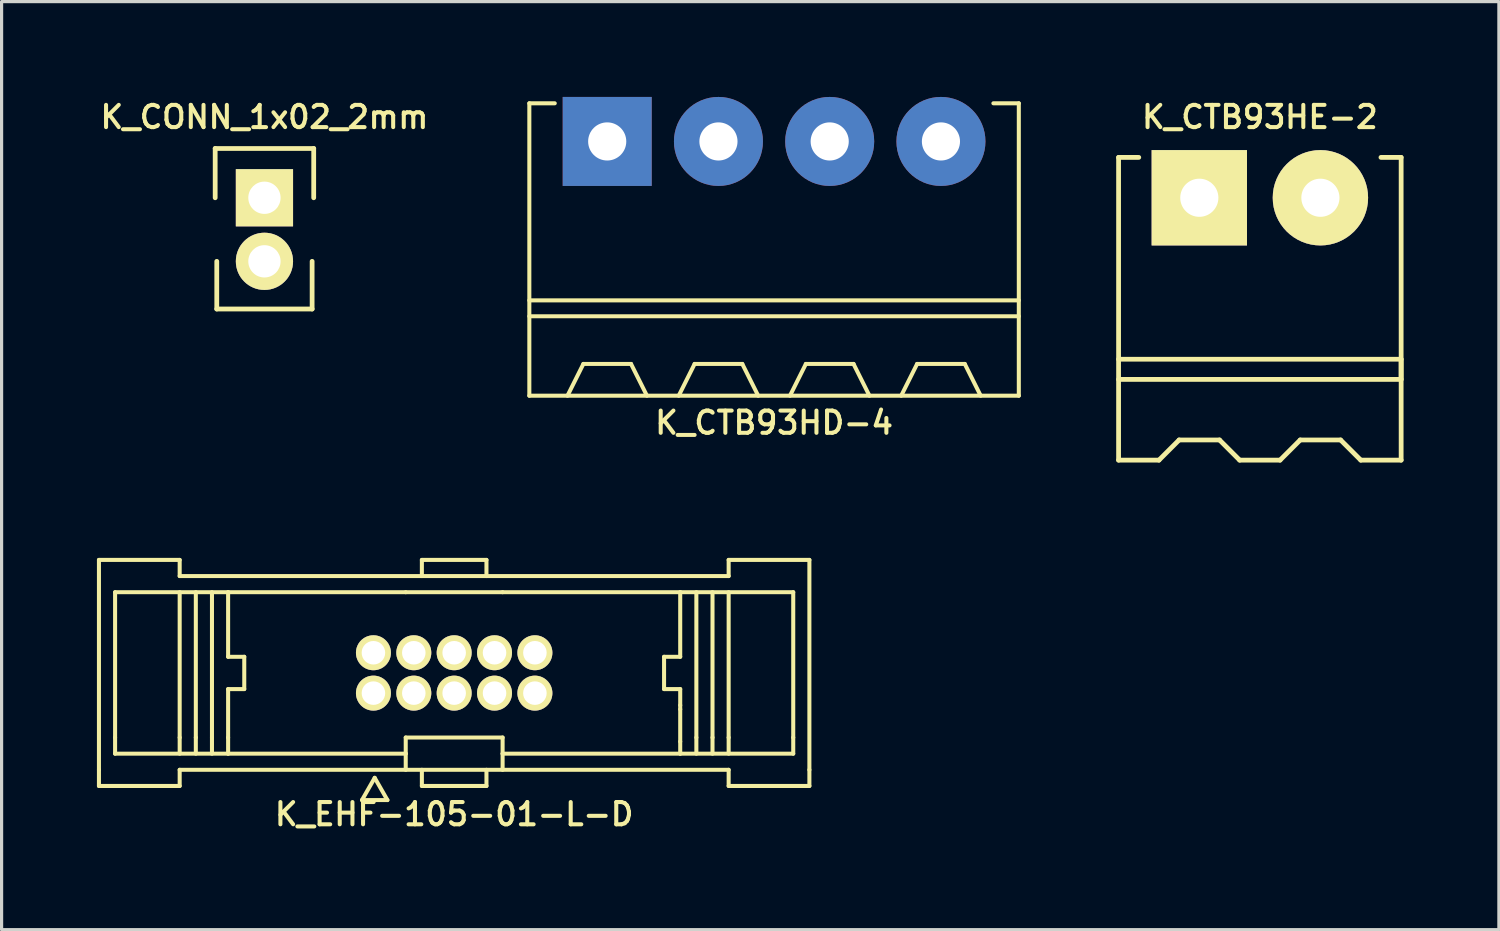
<source format=kicad_pcb>
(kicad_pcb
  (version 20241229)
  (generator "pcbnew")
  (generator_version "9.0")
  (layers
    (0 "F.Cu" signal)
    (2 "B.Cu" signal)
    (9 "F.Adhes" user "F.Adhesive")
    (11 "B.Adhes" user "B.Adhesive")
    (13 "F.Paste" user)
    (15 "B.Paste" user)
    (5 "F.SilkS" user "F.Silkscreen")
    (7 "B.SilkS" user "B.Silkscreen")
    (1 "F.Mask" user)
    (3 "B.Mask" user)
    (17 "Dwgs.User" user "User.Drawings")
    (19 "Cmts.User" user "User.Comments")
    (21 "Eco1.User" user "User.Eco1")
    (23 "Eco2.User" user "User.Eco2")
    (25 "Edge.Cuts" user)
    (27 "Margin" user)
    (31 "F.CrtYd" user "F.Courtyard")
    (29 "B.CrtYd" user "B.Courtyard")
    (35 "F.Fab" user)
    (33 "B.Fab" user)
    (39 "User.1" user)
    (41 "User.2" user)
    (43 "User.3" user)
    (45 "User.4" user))
  (footprint "K_EHF-105-01-L-D"
    (layer "F.Cu")
    (at 11.239 18.122)
    (property "Reference" "K_EHF-105-01-L-D" (at 0 4.445 0) (layer "F.SilkS") (effects (font (size 0.7 0.7) (thickness 0.127))))
    (attr through_hole)
    (fp_line (start -11.176 -3.556) (end -11.176 3.048) (stroke (width 0.127) (type solid)) (layer "F.SilkS"))
    (fp_line (start -11.176 3.048) (end -11.176 3.556) (stroke (width 0.127) (type solid)) (layer "F.SilkS"))
    (fp_line (start -11.176 3.556) (end -8.636 3.556) (stroke (width 0.127) (type solid)) (layer "F.SilkS"))
    (fp_line (start -10.668 -2.54) (end -10.668 2.032) (stroke (width 0.127) (type solid)) (layer "F.SilkS"))
    (fp_line (start -10.668 2.032) (end -10.668 2.54) (stroke (width 0.127) (type solid)) (layer "F.SilkS"))
    (fp_line (start -10.668 2.54) (end -7.112 2.54) (stroke (width 0.127) (type solid)) (layer "F.SilkS"))
    (fp_line (start -8.636 -3.556) (end -11.176 -3.556) (stroke (width 0.127) (type solid)) (layer "F.SilkS"))
    (fp_line (start -8.636 -3.048) (end -8.636 -3.556) (stroke (width 0.127) (type solid)) (layer "F.SilkS"))
    (fp_line (start -8.636 2.032) (end -8.636 -2.54) (stroke (width 0.127) (type solid)) (layer "F.SilkS"))
    (fp_line (start -8.636 2.032) (end -8.636 2.54) (stroke (width 0.127) (type solid)) (layer "F.SilkS"))
    (fp_line (start -8.636 3.048) (end 8.636 3.048) (stroke (width 0.127) (type solid)) (layer "F.SilkS"))
    (fp_line (start -8.636 3.556) (end -8.636 3.048) (stroke (width 0.127) (type solid)) (layer "F.SilkS"))
    (fp_line (start -8.128 -2.54) (end -8.128 2.032) (stroke (width 0.127) (type solid)) (layer "F.SilkS"))
    (fp_line (start -8.128 2.032) (end -8.128 2.54) (stroke (width 0.127) (type solid)) (layer "F.SilkS"))
    (fp_line (start -7.62 2.032) (end -7.62 -2.54) (stroke (width 0.127) (type solid)) (layer "F.SilkS"))
    (fp_line (start -7.62 2.032) (end -7.62 2.54) (stroke (width 0.127) (type solid)) (layer "F.SilkS"))
    (fp_line (start -7.112 -2.54) (end -10.668 -2.54) (stroke (width 0.127) (type solid)) (layer "F.SilkS"))
    (fp_line (start -7.112 -0.508) (end -7.112 -2.54) (stroke (width 0.127) (type solid)) (layer "F.SilkS"))
    (fp_line (start -7.112 0.508) (end -6.604 0.508) (stroke (width 0.127) (type solid)) (layer "F.SilkS"))
    (fp_line (start -7.112 2.032) (end -7.112 0.508) (stroke (width 0.127) (type solid)) (layer "F.SilkS"))
    (fp_line (start -7.112 2.032) (end -7.112 2.54) (stroke (width 0.127) (type solid)) (layer "F.SilkS"))
    (fp_line (start -7.112 2.54) (end -1.524 2.54) (stroke (width 0.127) (type solid)) (layer "F.SilkS"))
    (fp_line (start -6.604 -0.508) (end -7.112 -0.508) (stroke (width 0.127) (type solid)) (layer "F.SilkS"))
    (fp_line (start -6.604 0.508) (end -6.604 -0.508) (stroke (width 0.127) (type solid)) (layer "F.SilkS"))
    (fp_line (start -2.9 4) (end -2.1 4) (stroke (width 0.127) (type solid)) (layer "F.SilkS"))
    (fp_line (start -2.5 3.3) (end -2.9 4) (stroke (width 0.127) (type solid)) (layer "F.SilkS"))
    (fp_line (start -2.1 4) (end -2.5 3.3) (stroke (width 0.127) (type solid)) (layer "F.SilkS"))
    (fp_line (start -1.524 -2.54) (end -7.112 -2.54) (stroke (width 0.127) (type solid)) (layer "F.SilkS"))
    (fp_line (start -1.524 2.032) (end 1.524 2.032) (stroke (width 0.127) (type solid)) (layer "F.SilkS"))
    (fp_line (start -1.524 2.54) (end -1.524 2.032) (stroke (width 0.127) (type solid)) (layer "F.SilkS"))
    (fp_line (start -1.524 3.048) (end -1.524 2.54) (stroke (width 0.127) (type solid)) (layer "F.SilkS"))
    (fp_line (start -1.016 -3.556) (end 1.016 -3.556) (stroke (width 0.127) (type solid)) (layer "F.SilkS"))
    (fp_line (start -1.016 -3.048) (end -1.016 -3.556) (stroke (width 0.127) (type solid)) (layer "F.SilkS"))
    (fp_line (start -1.016 3.048) (end -1.016 3.556) (stroke (width 0.127) (type solid)) (layer "F.SilkS"))
    (fp_line (start -1.016 3.556) (end 1.016 3.556) (stroke (width 0.127) (type solid)) (layer "F.SilkS"))
    (fp_line (start 1.016 -3.556) (end 1.016 -3.048) (stroke (width 0.127) (type solid)) (layer "F.SilkS"))
    (fp_line (start 1.016 3.556) (end 1.016 3.048) (stroke (width 0.127) (type solid)) (layer "F.SilkS"))
    (fp_line (start 1.524 -2.54) (end -1.524 -2.54) (stroke (width 0.127) (type solid)) (layer "F.SilkS"))
    (fp_line (start 1.524 -2.54) (end 7.112 -2.54) (stroke (width 0.127) (type solid)) (layer "F.SilkS"))
    (fp_line (start 1.524 2.032) (end 1.524 2.54) (stroke (width 0.127) (type solid)) (layer "F.SilkS"))
    (fp_line (start 1.524 2.54) (end 1.524 3.048) (stroke (width 0.127) (type solid)) (layer "F.SilkS"))
    (fp_line (start 1.524 2.54) (end 7.112 2.54) (stroke (width 0.127) (type solid)) (layer "F.SilkS"))
    (fp_line (start 6.604 -0.508) (end 7.112 -0.508) (stroke (width 0.127) (type solid)) (layer "F.SilkS"))
    (fp_line (start 6.604 0.508) (end 6.604 -0.508) (stroke (width 0.127) (type solid)) (layer "F.SilkS"))
    (fp_line (start 7.112 -2.54) (end 10.668 -2.54) (stroke (width 0.127) (type solid)) (layer "F.SilkS"))
    (fp_line (start 7.112 -0.508) (end 7.112 -2.54) (stroke (width 0.127) (type solid)) (layer "F.SilkS"))
    (fp_line (start 7.112 0.508) (end 6.604 0.508) (stroke (width 0.127) (type solid)) (layer "F.SilkS"))
    (fp_line (start 7.112 1.016) (end 7.112 0.508) (stroke (width 0.127) (type solid)) (layer "F.SilkS"))
    (fp_line (start 7.112 1.016) (end 7.112 1.143) (stroke (width 0.127) (type solid)) (layer "F.SilkS"))
    (fp_line (start 7.112 2.159) (end 7.112 1.143) (stroke (width 0.127) (type solid)) (layer "F.SilkS"))
    (fp_line (start 7.112 2.159) (end 7.112 2.54) (stroke (width 0.127) (type solid)) (layer "F.SilkS"))
    (fp_line (start 7.62 -2.54) (end 7.62 2.032) (stroke (width 0.127) (type solid)) (layer "F.SilkS"))
    (fp_line (start 7.62 2.032) (end 7.62 2.54) (stroke (width 0.127) (type solid)) (layer "F.SilkS"))
    (fp_line (start 8.128 2.032) (end 8.128 -2.54) (stroke (width 0.127) (type solid)) (layer "F.SilkS"))
    (fp_line (start 8.128 2.032) (end 8.128 2.54) (stroke (width 0.127) (type solid)) (layer "F.SilkS"))
    (fp_line (start 8.636 -3.556) (end 8.636 -3.048) (stroke (width 0.127) (type solid)) (layer "F.SilkS"))
    (fp_line (start 8.636 -3.048) (end -8.636 -3.048) (stroke (width 0.127) (type solid)) (layer "F.SilkS"))
    (fp_line (start 8.636 -2.54) (end 8.636 2.032) (stroke (width 0.127) (type solid)) (layer "F.SilkS"))
    (fp_line (start 8.636 2.032) (end 8.636 2.54) (stroke (width 0.127) (type solid)) (layer "F.SilkS"))
    (fp_line (start 8.636 3.048) (end 8.636 3.556) (stroke (width 0.127) (type solid)) (layer "F.SilkS"))
    (fp_line (start 8.636 3.556) (end 11.176 3.556) (stroke (width 0.127) (type solid)) (layer "F.SilkS"))
    (fp_line (start 10.668 -2.54) (end 10.668 2.032) (stroke (width 0.127) (type solid)) (layer "F.SilkS"))
    (fp_line (start 10.668 2.032) (end 10.668 2.54) (stroke (width 0.127) (type solid)) (layer "F.SilkS"))
    (fp_line (start 10.668 2.54) (end 7.112 2.54) (stroke (width 0.127) (type solid)) (layer "F.SilkS"))
    (fp_line (start 11.176 -3.556) (end 8.636 -3.556) (stroke (width 0.127) (type solid)) (layer "F.SilkS"))
    (fp_line (start 11.176 3.048) (end 11.176 -3.556) (stroke (width 0.127) (type solid)) (layer "F.SilkS"))
    (fp_line (start 11.176 3.048) (end 11.176 3.556) (stroke (width 0.127) (type solid)) (layer "F.SilkS"))
    (pad "1" thru_hole circle (at -2.54 0.635) (size 1.1 1.1) (drill 0.74) (layers "*.Cu" "*.Mask" "F.SilkS"))
    (pad "2" thru_hole circle (at -2.54 -0.635) (size 1.1 1.1) (drill 0.74) (layers "*.Cu" "*.Mask" "F.SilkS"))
    (pad "3" thru_hole circle (at -1.27 0.635) (size 1.1 1.1) (drill 0.74) (layers "*.Cu" "*.Mask" "F.SilkS"))
    (pad "4" thru_hole circle (at -1.27 -0.635) (size 1.1 1.1) (drill 0.74) (layers "*.Cu" "*.Mask" "F.SilkS"))
    (pad "5" thru_hole circle (at 0 0.635) (size 1.1 1.1) (drill 0.74) (layers "*.Cu" "*.Mask" "F.SilkS"))
    (pad "6" thru_hole circle (at 0 -0.635) (size 1.1 1.1) (drill 0.74) (layers "*.Cu" "*.Mask" "F.SilkS"))
    (pad "7" thru_hole circle (at 1.27 0.635) (size 1.1 1.1) (drill 0.74) (layers "*.Cu" "*.Mask" "F.SilkS"))
    (pad "8" thru_hole circle (at 1.27 -0.635) (size 1.1 1.1) (drill 0.74) (layers "*.Cu" "*.Mask" "F.SilkS"))
    (pad "9" thru_hole circle (at 2.54 0.635) (size 1.1 1.1) (drill 0.74) (layers "*.Cu" "*.Mask" "F.SilkS"))
    (pad "10" thru_hole circle (at 2.54 -0.635) (size 1.1 1.1) (drill 0.74) (layers "*.Cu" "*.Mask" "F.SilkS")))
  (footprint "K_CTB93HE-2"
    (layer "F.Cu")
    (at 36.588 3.172)
    (property "Reference" "K_CTB93HE-2" (at 0 -2.54 0) (layer "F.SilkS") (effects (font (size 0.7 0.7) (thickness 0.127))))
    (attr through_hole)
    (fp_line (start -4.445 -1.27) (end -3.81 -1.27) (stroke (width 0.15) (type solid)) (layer "F.SilkS"))
    (fp_line (start -4.445 5.08) (end 4.445 5.08) (stroke (width 0.15) (type solid)) (layer "F.SilkS"))
    (fp_line (start -4.445 8.255) (end -4.445 -1.27) (stroke (width 0.15) (type solid)) (layer "F.SilkS"))
    (fp_line (start -4.445 8.255) (end -3.175 8.255) (stroke (width 0.15) (type solid)) (layer "F.SilkS"))
    (fp_line (start -3.175 8.255) (end -2.54 7.62) (stroke (width 0.15) (type solid)) (layer "F.SilkS"))
    (fp_line (start -2.54 7.62) (end -1.27 7.62) (stroke (width 0.15) (type solid)) (layer "F.SilkS"))
    (fp_line (start -1.27 7.62) (end -0.635 8.255) (stroke (width 0.15) (type solid)) (layer "F.SilkS"))
    (fp_line (start -0.635 8.255) (end 0.635 8.255) (stroke (width 0.15) (type solid)) (layer "F.SilkS"))
    (fp_line (start 0.635 8.255) (end 1.27 7.62) (stroke (width 0.15) (type solid)) (layer "F.SilkS"))
    (fp_line (start 1.27 7.62) (end 2.54 7.62) (stroke (width 0.15) (type solid)) (layer "F.SilkS"))
    (fp_line (start 2.54 7.62) (end 3.175 8.255) (stroke (width 0.15) (type solid)) (layer "F.SilkS"))
    (fp_line (start 3.175 8.255) (end 4.445 8.255) (stroke (width 0.15) (type solid)) (layer "F.SilkS"))
    (fp_line (start 4.445 -1.27) (end 3.81 -1.27) (stroke (width 0.15) (type solid)) (layer "F.SilkS"))
    (fp_line (start 4.445 -1.27) (end 4.445 8.255) (stroke (width 0.15) (type solid)) (layer "F.SilkS"))
    (fp_line (start 4.445 5.08) (end 4.445 5.715) (stroke (width 0.15) (type solid)) (layer "F.SilkS"))
    (fp_line (start 4.445 5.715) (end -4.445 5.715) (stroke (width 0.15) (type solid)) (layer "F.SilkS"))
    (pad "1" thru_hole rect (at -1.905 0) (size 3 3) (drill 1.2) (layers "*.Cu" "*.Mask" "F.SilkS"))
    (pad "2" thru_hole circle (at 1.905 0) (size 3 3) (drill 1.2) (layers "*.Cu" "*.Mask" "F.SilkS")))
  (footprint "K_CTB93HD-4"
    (layer "F.Cu")
    (at 21.304 1.4)
    (property "Reference" "K_CTB93HD-4" (at 0 8.85 0) (layer "F.SilkS") (effects (font (size 0.7 0.7) (thickness 0.127))))
    (attr through_hole)
    (fp_line (start -7.7 -1.2) (end -7.7 8) (stroke (width 0.127) (type solid)) (layer "F.SilkS"))
    (fp_line (start -7.7 -1.2) (end -6.9 -1.2) (stroke (width 0.127) (type solid)) (layer "F.SilkS"))
    (fp_line (start -7.7 5) (end 7.7 5) (stroke (width 0.127) (type solid)) (layer "F.SilkS"))
    (fp_line (start -7.7 5.5) (end 7.7 5.5) (stroke (width 0.127) (type solid)) (layer "F.SilkS"))
    (fp_line (start -7.7 8) (end 7.7 8) (stroke (width 0.127) (type solid)) (layer "F.SilkS"))
    (fp_line (start -6 7) (end -6.5 8) (stroke (width 0.127) (type solid)) (layer "F.SilkS"))
    (fp_line (start -6 7) (end -4.5 7) (stroke (width 0.127) (type solid)) (layer "F.SilkS"))
    (fp_line (start -4.5 7) (end -4 8) (stroke (width 0.127) (type solid)) (layer "F.SilkS"))
    (fp_line (start -2.5 7) (end -3 8) (stroke (width 0.127) (type solid)) (layer "F.SilkS"))
    (fp_line (start -2.5 7) (end -1 7) (stroke (width 0.127) (type solid)) (layer "F.SilkS"))
    (fp_line (start -1 7) (end -0.5 8) (stroke (width 0.127) (type solid)) (layer "F.SilkS"))
    (fp_line (start 1 7) (end 0.5 8) (stroke (width 0.127) (type solid)) (layer "F.SilkS"))
    (fp_line (start 1 7) (end 2.5 7) (stroke (width 0.127) (type solid)) (layer "F.SilkS"))
    (fp_line (start 2.5 7) (end 3 8) (stroke (width 0.127) (type solid)) (layer "F.SilkS"))
    (fp_line (start 4.5 7) (end 4 8) (stroke (width 0.127) (type solid)) (layer "F.SilkS"))
    (fp_line (start 4.5 7) (end 6 7) (stroke (width 0.127) (type solid)) (layer "F.SilkS"))
    (fp_line (start 6 7) (end 6.5 8) (stroke (width 0.127) (type solid)) (layer "F.SilkS"))
    (fp_line (start 6.9 -1.2) (end 7.7 -1.2) (stroke (width 0.127) (type solid)) (layer "F.SilkS"))
    (fp_line (start 7.7 -1.2) (end 7.7 8) (stroke (width 0.127) (type solid)) (layer "F.SilkS"))
    (pad "1" thru_hole rect (at -5.25 0) (size 2.8 2.8) (drill 1.2) (layers "*.Cu" "*.Mask"))
    (pad "2" thru_hole circle (at -1.75 0) (size 2.8 2.8) (drill 1.2) (layers "*.Cu" "*.Mask"))
    (pad "3" thru_hole circle (at 1.75 0) (size 2.8 2.8) (drill 1.2) (layers "*.Cu" "*.Mask"))
    (pad "4" thru_hole circle (at 5.25 0) (size 2.8 2.8) (drill 1.2) (layers "*.Cu" "*.Mask")))
  (footprint "K_CONN_1x02_2mm"
    (layer "F.Cu")
    (at 5.27 3.172)
    (property "Reference" "K_CONN_1x02_2mm" (at 0 -2.54 0) (layer "F.SilkS") (effects (font (size 0.7 0.7) (thickness 0.127))))
    (attr through_hole)
    (fp_line (start -1.55 -1.55) (end 1.55 -1.55) (stroke (width 0.15) (type solid)) (layer "F.SilkS"))
    (fp_line (start -1.55 0) (end -1.55 -1.55) (stroke (width 0.15) (type solid)) (layer "F.SilkS"))
    (fp_line (start -1.5 2) (end -1.5 3.5) (stroke (width 0.15) (type solid)) (layer "F.SilkS"))
    (fp_line (start -1.5 3.5) (end 1.5 3.5) (stroke (width 0.15) (type solid)) (layer "F.SilkS"))
    (fp_line (start 1.5 3.5) (end 1.5 2) (stroke (width 0.15) (type solid)) (layer "F.SilkS"))
    (fp_line (start 1.55 -1.55) (end 1.55 0) (stroke (width 0.15) (type solid)) (layer "F.SilkS"))
    (pad "1" thru_hole rect (at 0 0) (size 1.8 1.8) (drill 1.016) (layers "*.Cu" "*.Mask" "F.SilkS"))
    (pad "2" thru_hole oval (at 0 2) (size 1.8 1.8) (drill 1.016) (layers "*.Cu" "*.Mask" "F.SilkS")))
  (gr_rect
    (start -3 -3)
    (end 44.108 26.199)
    (stroke (width 0.1) (type default))
    (fill no)
    (layer "Edge.Cuts")))
</source>
